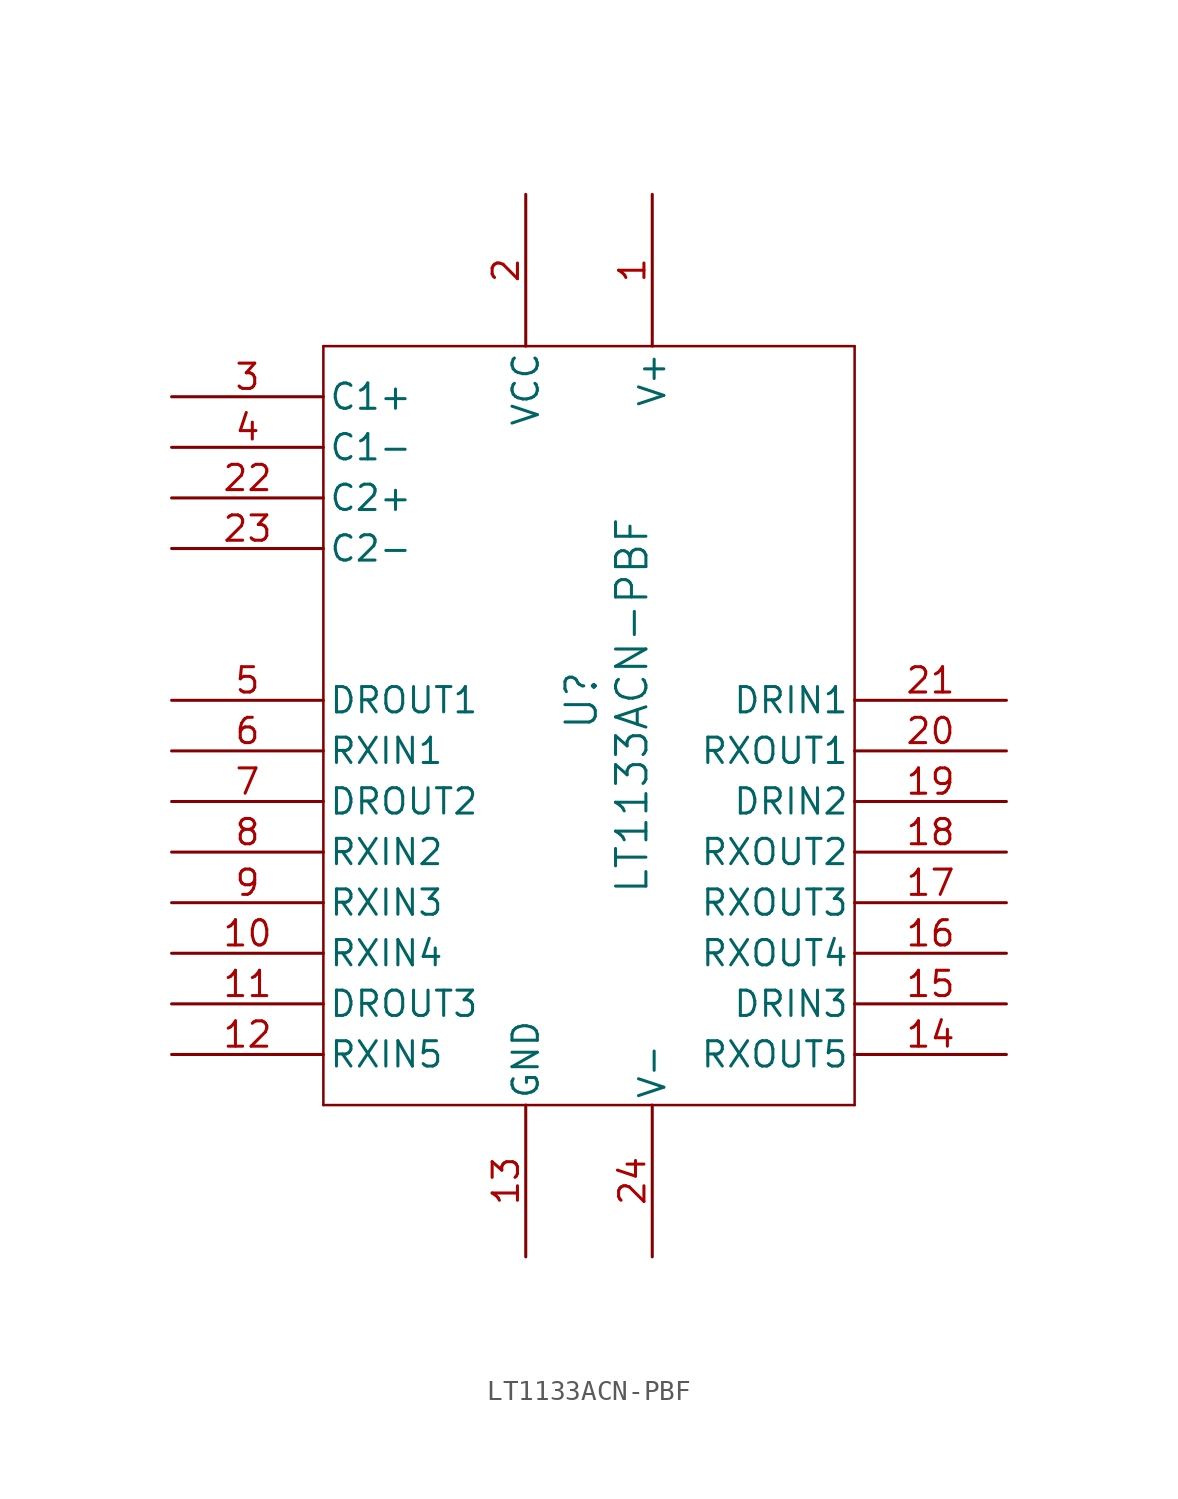
<source format=kicad_sym>
(kicad_symbol_lib
  (version 20231120)
  (generator "kicad_symbol_editor")
  (generator_version "8.0")
  (symbol "LT1133ACN-PBF"
    (pin_names
      (offset 0.254))
    (property "Reference" "U"
      (at 20.574 -12.7 90)
      (effects (font (size 1.524 1.524))))
    (property "Value" "LT1133ACN-PBF"
      (at 23.114 -12.954 90)
      (effects (font (size 1.524 1.524))))
    (symbol "LT1133ACN-PBF_0_1"
      (polyline (pts (xy 7.62 -33.02) (xy 34.29 -33.02)) (stroke (width 0.127) (type default)) (fill (type none)))
      (polyline (pts (xy 7.62 5.08) (xy 7.62 -33.02)) (stroke (width 0.127) (type default)) (fill (type none)))
      (polyline (pts (xy 34.29 -33.02) (xy 34.29 5.08)) (stroke (width 0.127) (type default)) (fill (type none)))
      (polyline (pts (xy 34.29 5.08) (xy 7.62 5.08)) (stroke (width 0.127) (type default)) (fill (type none)))
      (pin input line (at 0 -25.4 0) (length 7.62) (name "RXIN4" (effects (font (size 1.27 1.27)))) (number "10" (effects (font (size 1.27 1.27)))))
      (pin output line (at 0 -27.94 0) (length 7.62) (name "DROUT3" (effects (font (size 1.27 1.27)))) (number "11" (effects (font (size 1.27 1.27)))))
      (pin input line (at 0 -30.48 0) (length 7.62) (name "RXIN5" (effects (font (size 1.27 1.27)))) (number "12" (effects (font (size 1.27 1.27)))))
      (pin power_in line (at 17.78 -40.64 90) (length 7.62) (name "GND" (effects (font (size 1.27 1.27)))) (number "13" (effects (font (size 1.27 1.27)))))
      (pin output line (at 41.91 -30.48 180) (length 7.62) (name "RXOUT5" (effects (font (size 1.27 1.27)))) (number "14" (effects (font (size 1.27 1.27)))))
      (pin input line (at 41.91 -27.94 180) (length 7.62) (name "DRIN3" (effects (font (size 1.27 1.27)))) (number "15" (effects (font (size 1.27 1.27)))))
      (pin output line (at 41.91 -25.4 180) (length 7.62) (name "RXOUT4" (effects (font (size 1.27 1.27)))) (number "16" (effects (font (size 1.27 1.27)))))
      (pin output line (at 41.91 -22.86 180) (length 7.62) (name "RXOUT3" (effects (font (size 1.27 1.27)))) (number "17" (effects (font (size 1.27 1.27)))))
      (pin output line (at 41.91 -20.32 180) (length 7.62) (name "RXOUT2" (effects (font (size 1.27 1.27)))) (number "18" (effects (font (size 1.27 1.27)))))
      (pin input line (at 41.91 -17.78 180) (length 7.62) (name "DRIN2" (effects (font (size 1.27 1.27)))) (number "19" (effects (font (size 1.27 1.27)))))
      (pin power_in line (at 17.78 12.7 270) (length 7.62) (name "VCC" (effects (font (size 1.27 1.27)))) (number "2" (effects (font (size 1.27 1.27)))))
      (pin output line (at 41.91 -15.24 180) (length 7.62) (name "RXOUT1" (effects (font (size 1.27 1.27)))) (number "20" (effects (font (size 1.27 1.27)))))
      (pin input line (at 41.91 -12.7 180) (length 7.62) (name "DRIN1" (effects (font (size 1.27 1.27)))) (number "21" (effects (font (size 1.27 1.27)))))
      (pin output line (at 0 -12.7 0) (length 7.62) (name "DROUT1" (effects (font (size 1.27 1.27)))) (number "5" (effects (font (size 1.27 1.27)))))
      (pin input line (at 0 -15.24 0) (length 7.62) (name "RXIN1" (effects (font (size 1.27 1.27)))) (number "6" (effects (font (size 1.27 1.27)))))
      (pin output line (at 0 -17.78 0) (length 7.62) (name "DROUT2" (effects (font (size 1.27 1.27)))) (number "7" (effects (font (size 1.27 1.27)))))
      (pin input line (at 0 -20.32 0) (length 7.62) (name "RXIN2" (effects (font (size 1.27 1.27)))) (number "8" (effects (font (size 1.27 1.27)))))
      (pin input line (at 0 -22.86 0) (length 7.62) (name "RXIN3" (effects (font (size 1.27 1.27)))) (number "9" (effects (font (size 1.27 1.27))))))
    (symbol "LT1133ACN-PBF_1_1"
      (pin passive line (at 24.13 12.7 270) (length 7.62) (name "V+" (effects (font (size 1.27 1.27)))) (number "1" (effects (font (size 1.27 1.27)))))
      (pin passive line (at 0 -2.54 0) (length 7.62) (name "C2+" (effects (font (size 1.27 1.27)))) (number "22" (effects (font (size 1.27 1.27)))))
      (pin passive line (at 0 -5.08 0) (length 7.62) (name "C2-" (effects (font (size 1.27 1.27)))) (number "23" (effects (font (size 1.27 1.27)))))
      (pin passive line (at 24.13 -40.64 90) (length 7.62) (name "V-" (effects (font (size 1.27 1.27)))) (number "24" (effects (font (size 1.27 1.27)))))
      (pin passive line (at 0 2.54 0) (length 7.62) (name "C1+" (effects (font (size 1.27 1.27)))) (number "3" (effects (font (size 1.27 1.27)))))
      (pin passive line (at 0 0 0) (length 7.62) (name "C1-" (effects (font (size 1.27 1.27)))) (number "4" (effects (font (size 1.27 1.27))))))))
</source>
